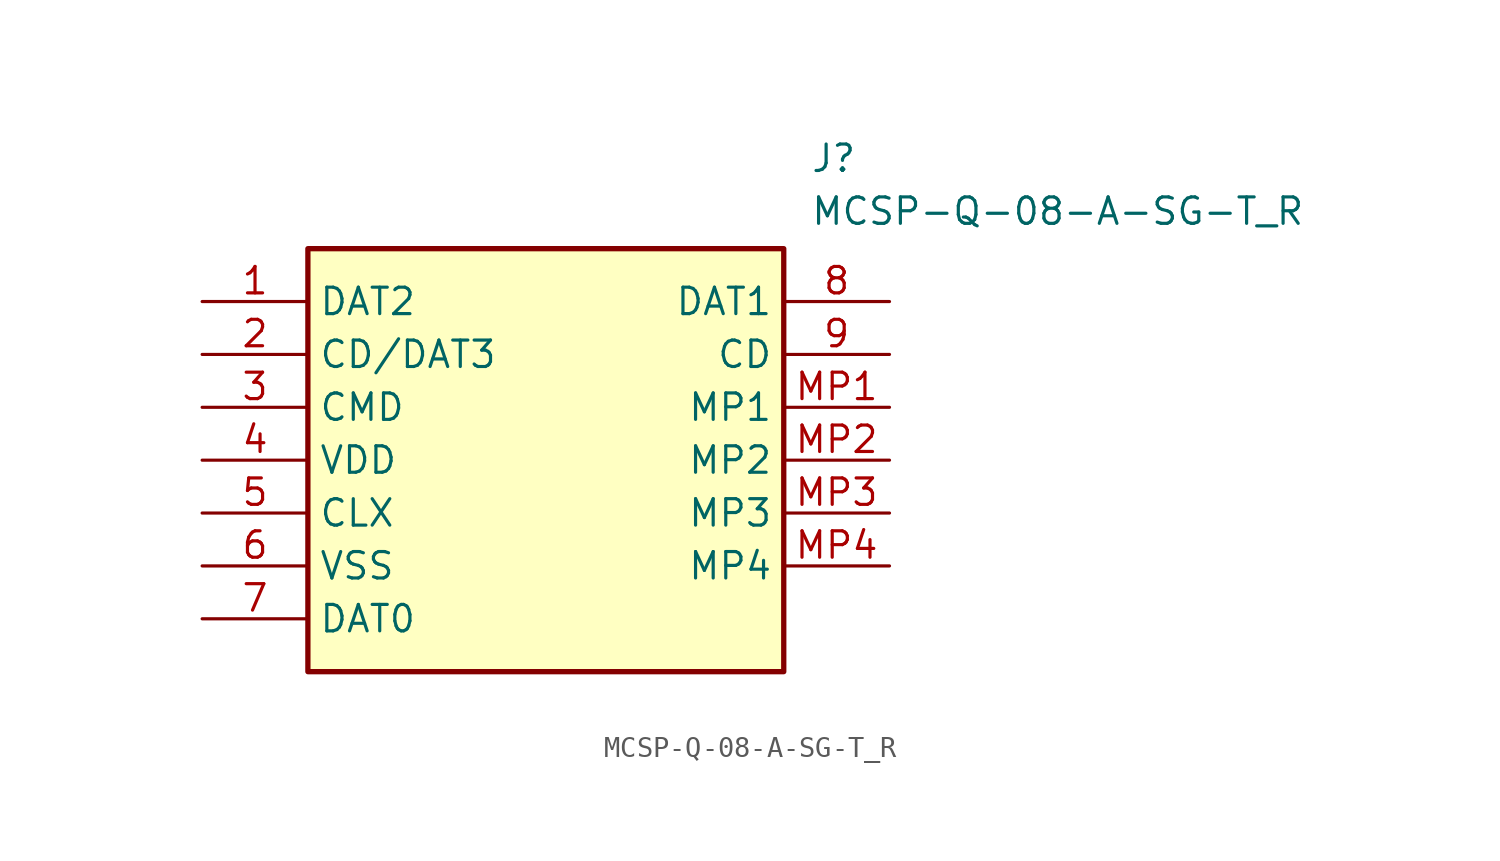
<source format=kicad_sym>
(kicad_symbol_lib
  (version 20211014)
  (generator SamacSys_ECAD_Model)
  (symbol "MCSP-Q-08-A-SG-T_R"
    (property "Reference" "J"
      (at 29.21 7.62 0)
      (effects (font (size 1.27 1.27)) (justify left top)))
    (property "Value" "MCSP-Q-08-A-SG-T_R"
      (at 29.21 5.08 0)
      (effects (font (size 1.27 1.27)) (justify left top)))
    (rectangle
      (start 5.08 2.54)
      (end 27.94 -17.78)
      (stroke (width 0.254) (type default))
      (fill (type background)))
    (pin passive line
      (at 0 0 0)
      (length 5.08)
      (name "DAT2" (effects (font (size 1.27 1.27))))
      (number "1" (effects (font (size 1.27 1.27)))))
    (pin passive line
      (at 0 -2.54 0)
      (length 5.08)
      (name "CD/DAT3" (effects (font (size 1.27 1.27))))
      (number "2" (effects (font (size 1.27 1.27)))))
    (pin passive line
      (at 0 -5.08 0)
      (length 5.08)
      (name "CMD" (effects (font (size 1.27 1.27))))
      (number "3" (effects (font (size 1.27 1.27)))))
    (pin passive line
      (at 0 -7.62 0)
      (length 5.08)
      (name "VDD" (effects (font (size 1.27 1.27))))
      (number "4" (effects (font (size 1.27 1.27)))))
    (pin passive line
      (at 0 -10.16 0)
      (length 5.08)
      (name "CLX" (effects (font (size 1.27 1.27))))
      (number "5" (effects (font (size 1.27 1.27)))))
    (pin passive line
      (at 0 -12.7 0)
      (length 5.08)
      (name "VSS" (effects (font (size 1.27 1.27))))
      (number "6" (effects (font (size 1.27 1.27)))))
    (pin passive line
      (at 0 -15.24 0)
      (length 5.08)
      (name "DAT0" (effects (font (size 1.27 1.27))))
      (number "7" (effects (font (size 1.27 1.27)))))
    (pin passive line
      (at 33.02 0 180)
      (length 5.08)
      (name "DAT1" (effects (font (size 1.27 1.27))))
      (number "8" (effects (font (size 1.27 1.27)))))
    (pin passive line
      (at 33.02 -2.54 180)
      (length 5.08)
      (name "CD" (effects (font (size 1.27 1.27))))
      (number "9" (effects (font (size 1.27 1.27)))))
    (pin passive line
      (at 33.02 -5.08 180)
      (length 5.08)
      (name "MP1" (effects (font (size 1.27 1.27))))
      (number "MP1" (effects (font (size 1.27 1.27)))))
    (pin passive line
      (at 33.02 -7.62 180)
      (length 5.08)
      (name "MP2" (effects (font (size 1.27 1.27))))
      (number "MP2" (effects (font (size 1.27 1.27)))))
    (pin passive line
      (at 33.02 -10.16 180)
      (length 5.08)
      (name "MP3" (effects (font (size 1.27 1.27))))
      (number "MP3" (effects (font (size 1.27 1.27)))))
    (pin passive line
      (at 33.02 -12.7 180)
      (length 5.08)
      (name "MP4" (effects (font (size 1.27 1.27))))
      (number "MP4" (effects (font (size 1.27 1.27)))))))
</source>
